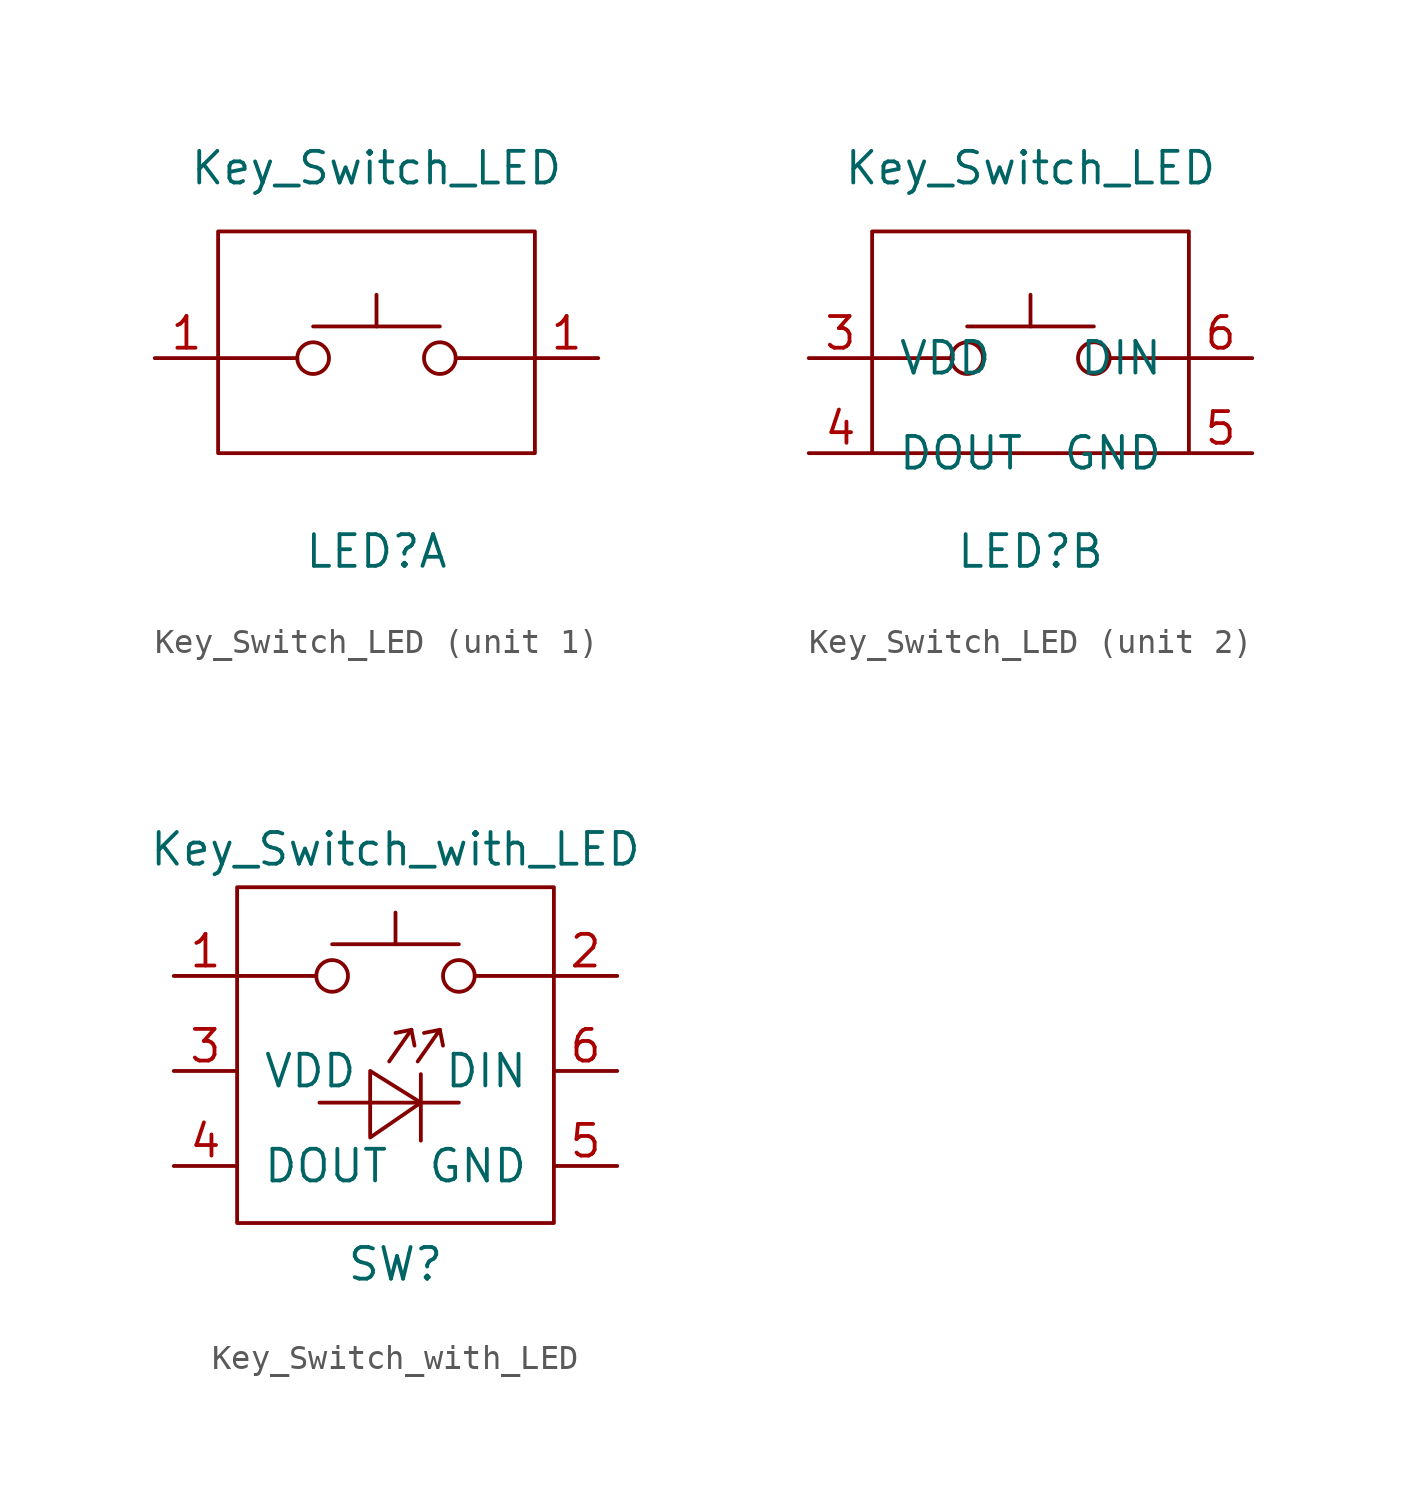
<source format=kicad_sym>
(kicad_symbol_lib
  (version 20220914)
  (generator kicad_symbol_editor)
  (symbol "Key_Switch_LED"
    (pin_names
      (offset 1.016))
    (property "Reference" "LED"
      (at 0 -7.747 0)
      (effects (font (size 1.27 1.27))))
    (property "Value" "Key_Switch_LED"
      (at 0 7.62 0)
      (effects (font (size 1.27 1.27))))
    (property "ki_locked" ""
      (at 0 0 0)
      (effects (font (size 1.27 1.27))))
    (symbol "Key_Switch_LED_0_1"
      (rectangle (start -6.35 5.08) (end 6.35 -3.81) (stroke (width 0) (type default)) (fill (type none)))
      (circle (center -2.54 0) (radius 0.635) (stroke (width 0) (type default)) (fill (type none)))
      (polyline (pts (xy -6.35 0) (xy -3.175 0)) (stroke (width 0) (type default)) (fill (type none)))
      (polyline (pts (xy -2.54 1.27) (xy 2.54 1.27)) (stroke (width 0) (type default)) (fill (type none)))
      (polyline (pts (xy 0 2.54) (xy 0 1.27)) (stroke (width 0) (type default)) (fill (type none)))
      (polyline (pts (xy 6.35 0) (xy 3.175 0)) (stroke (width 0) (type default)) (fill (type none)))
      (circle (center 2.54 0) (radius 0.635) (stroke (width 0) (type default)) (fill (type none))))
    (symbol "Key_Switch_LED_1_1"
      (pin passive line (at -8.89 0 0) (length 2.54) (name "" (effects (font (size 1.27 1.27)))) (number "1" (effects (font (size 1.27 1.27)))))
      (pin passive line (at 8.89 0 180) (length 2.54) (name "" (effects (font (size 1.27 1.27)))) (number "1" (effects (font (size 1.27 1.27))))))
    (symbol "Key_Switch_LED_2_1"
      (pin power_in line (at -8.89 0 0) (length 2.54) (name "VDD" (effects (font (size 1.27 1.27)))) (number "3" (effects (font (size 1.27 1.27)))))
      (pin output line (at -8.89 -3.81 0) (length 2.54) (name "DOUT" (effects (font (size 1.27 1.27)))) (number "4" (effects (font (size 1.27 1.27)))))
      (pin power_in line (at 8.89 -3.81 180) (length 2.54) (name "GND" (effects (font (size 1.27 1.27)))) (number "5" (effects (font (size 1.27 1.27)))))
      (pin input line (at 8.89 0 180) (length 2.54) (name "DIN" (effects (font (size 1.27 1.27)))) (number "6" (effects (font (size 1.27 1.27)))))))
  (symbol "Key_Switch_with_LED"
    (pin_names
      (offset 1.016))
    (property "Reference" "SW"
      (at 0 -11.557 0)
      (effects (font (size 1.27 1.27))))
    (property "Value" "Key_Switch_with_LED"
      (at 0 5.08 0)
      (effects (font (size 1.27 1.27))))
    (symbol "Key_Switch_with_LED_0_1"
      (rectangle (start -6.35 3.556) (end 6.35 -9.906) (stroke (width 0) (type default)) (fill (type none)))
      (circle (center -2.54 0) (radius 0.635) (stroke (width 0) (type default)) (fill (type none)))
      (polyline (pts (xy -6.35 0) (xy -3.175 0)) (stroke (width 0) (type default)) (fill (type none)))
      (polyline (pts (xy -2.54 1.27) (xy 2.54 1.27)) (stroke (width 0) (type default)) (fill (type none)))
      (polyline (pts (xy -0.254 -3.429) (xy 0.635 -2.159)) (stroke (width 0) (type default)) (fill (type none)))
      (polyline (pts (xy 0 -2.286) (xy 0.635 -2.159)) (stroke (width 0) (type default)) (fill (type none)))
      (polyline (pts (xy 0 2.54) (xy 0 1.27)) (stroke (width 0) (type default)) (fill (type none)))
      (polyline (pts (xy 0.635 -2.159) (xy 0.762 -2.794)) (stroke (width 0) (type default)) (fill (type none)))
      (polyline (pts (xy 1.016 -3.937) (xy 1.016 -6.604)) (stroke (width 0) (type default)) (fill (type none)))
      (polyline (pts (xy 2.54 -5.08) (xy -3.048 -5.08)) (stroke (width 0) (type default)) (fill (type none)))
      (polyline (pts (xy 6.35 0) (xy 3.175 0)) (stroke (width 0) (type default)) (fill (type none)))
      (polyline (pts (xy -1.016 -3.81) (xy -1.016 -6.477) (xy 1.016 -5.08) (xy -1.016 -3.81)) (stroke (width 0) (type default)) (fill (type none)))
      (circle (center 2.54 0) (radius 0.635) (stroke (width 0) (type default)) (fill (type none))))
    (symbol "Key_Switch_with_LED_1_1"
      (polyline (pts (xy 0.889 -3.429) (xy 1.778 -2.159)) (stroke (width 0) (type default)) (fill (type none)))
      (polyline (pts (xy 1.143 -2.286) (xy 1.778 -2.159)) (stroke (width 0) (type default)) (fill (type none)))
      (polyline (pts (xy 1.778 -2.159) (xy 1.905 -2.794)) (stroke (width 0) (type default)) (fill (type none)))
      (pin bidirectional line (at -8.89 0 0) (length 2.54) (name "~" (effects (font (size 1.27 1.27)))) (number "1" (effects (font (size 1.27 1.27)))))
      (pin bidirectional line (at 8.89 0 180) (length 2.54) (name "~" (effects (font (size 1.27 1.27)))) (number "2" (effects (font (size 1.27 1.27)))))
      (pin power_in line (at -8.89 -3.81 0) (length 2.54) (name "VDD" (effects (font (size 1.27 1.27)))) (number "3" (effects (font (size 1.27 1.27)))))
      (pin output line (at -8.89 -7.62 0) (length 2.54) (name "DOUT" (effects (font (size 1.27 1.27)))) (number "4" (effects (font (size 1.27 1.27)))))
      (pin power_in line (at 8.89 -7.62 180) (length 2.54) (name "GND" (effects (font (size 1.27 1.27)))) (number "5" (effects (font (size 1.27 1.27)))))
      (pin input line (at 8.89 -3.81 180) (length 2.54) (name "DIN" (effects (font (size 1.27 1.27)))) (number "6" (effects (font (size 1.27 1.27))))))))
</source>
